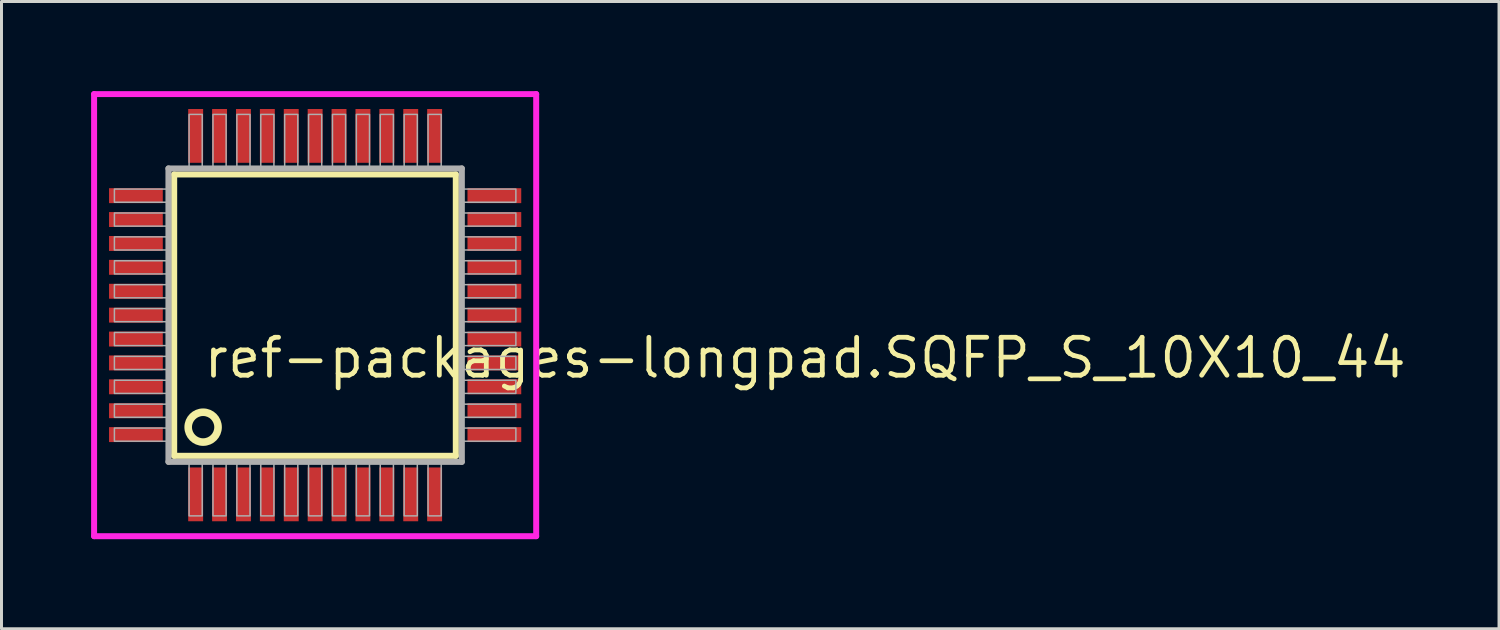
<source format=kicad_pcb>
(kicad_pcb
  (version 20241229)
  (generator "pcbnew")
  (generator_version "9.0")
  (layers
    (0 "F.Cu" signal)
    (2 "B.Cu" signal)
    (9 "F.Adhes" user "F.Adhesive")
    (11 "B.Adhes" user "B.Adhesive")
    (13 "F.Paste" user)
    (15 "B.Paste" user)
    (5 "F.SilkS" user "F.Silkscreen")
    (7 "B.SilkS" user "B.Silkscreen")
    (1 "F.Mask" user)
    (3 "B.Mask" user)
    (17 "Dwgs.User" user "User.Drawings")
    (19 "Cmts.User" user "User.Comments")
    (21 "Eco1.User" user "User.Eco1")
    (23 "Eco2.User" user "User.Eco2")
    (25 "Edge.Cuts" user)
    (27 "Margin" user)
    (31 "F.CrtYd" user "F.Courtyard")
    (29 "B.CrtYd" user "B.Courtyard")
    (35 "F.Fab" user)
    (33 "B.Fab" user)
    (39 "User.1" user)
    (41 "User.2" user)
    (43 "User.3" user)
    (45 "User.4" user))
  (footprint "ref-packages-longpad.SQFP_S_10X10_44"
    (layer "F.Cu")
    (at 7.5 7.5)
    (property "Reference" "ref-packages-longpad.SQFP_S_10X10_44" (at -3.81 2.175 0) (layer "F.SilkS") (effects (font (size 1.27 1.27) (thickness 0.16)) (justify left bottom)))
    (attr smd)
    (fp_line (start -4.72 -4.71) (end 4.71 -4.71) (stroke (width 0.203) (type default)) (layer "F.SilkS"))
    (fp_line (start -4.72 4.71) (end -4.72 -4.71) (stroke (width 0.203) (type default)) (layer "F.SilkS"))
    (fp_line (start 4.71 -4.71) (end 4.71 4.71) (stroke (width 0.203) (type default)) (layer "F.SilkS"))
    (fp_line (start 4.71 4.71) (end -4.72 4.71) (stroke (width 0.203) (type default)) (layer "F.SilkS"))
    (fp_circle (center -3.75 3.75) (end -3.25 3.75) (stroke (width 0.254) (type default)) (fill no) (layer "F.SilkS"))
    (fp_line (start -7.4 -7.4) (end 7.4 -7.4) (stroke (width 0.2) (type default)) (layer "F.CrtYd"))
    (fp_line (start -7.4 7.4) (end -7.4 -7.4) (stroke (width 0.2) (type default)) (layer "F.CrtYd"))
    (fp_line (start 7.4 -7.4) (end 7.4 7.4) (stroke (width 0.2) (type default)) (layer "F.CrtYd"))
    (fp_line (start 7.4 7.4) (end -7.4 7.4) (stroke (width 0.2) (type default)) (layer "F.CrtYd"))
    (fp_line (start -4.91 -4.91) (end -4.91 4.91) (stroke (width 0.203) (type default)) (layer "F.Fab"))
    (fp_line (start -4.91 4.91) (end 4.91 4.91) (stroke (width 0.203) (type default)) (layer "F.Fab"))
    (fp_line (start 4.91 -4.91) (end -4.91 -4.91) (stroke (width 0.203) (type default)) (layer "F.Fab"))
    (fp_line (start 4.91 4.91) (end 4.91 -4.91) (stroke (width 0.203) (type default)) (layer "F.Fab"))
    (fp_rect (start -6.72 -3.78) (end -4.95 -4.22) (stroke (width 0.05) (type default)) (fill no) (layer "F.Fab"))
    (fp_rect (start -6.72 -2.98) (end -4.95 -3.42) (stroke (width 0.05) (type default)) (fill no) (layer "F.Fab"))
    (fp_rect (start -6.72 -2.18) (end -4.95 -2.62) (stroke (width 0.05) (type default)) (fill no) (layer "F.Fab"))
    (fp_rect (start -6.72 -1.38) (end -4.95 -1.82) (stroke (width 0.05) (type default)) (fill no) (layer "F.Fab"))
    (fp_rect (start -6.72 -0.58) (end -4.95 -1.02) (stroke (width 0.05) (type default)) (fill no) (layer "F.Fab"))
    (fp_rect (start -6.72 0.22) (end -4.95 -0.22) (stroke (width 0.05) (type default)) (fill no) (layer "F.Fab"))
    (fp_rect (start -6.72 1.02) (end -4.95 0.58) (stroke (width 0.05) (type default)) (fill no) (layer "F.Fab"))
    (fp_rect (start -6.72 1.82) (end -4.95 1.38) (stroke (width 0.05) (type default)) (fill no) (layer "F.Fab"))
    (fp_rect (start -6.72 2.62) (end -4.95 2.18) (stroke (width 0.05) (type default)) (fill no) (layer "F.Fab"))
    (fp_rect (start -6.72 3.42) (end -4.95 2.98) (stroke (width 0.05) (type default)) (fill no) (layer "F.Fab"))
    (fp_rect (start -6.72 4.22) (end -4.95 3.78) (stroke (width 0.05) (type default)) (fill no) (layer "F.Fab"))
    (fp_rect (start -4.22 -4.95) (end -3.78 -6.72) (stroke (width 0.05) (type default)) (fill no) (layer "F.Fab"))
    (fp_rect (start -4.22 6.72) (end -3.78 4.95) (stroke (width 0.05) (type default)) (fill no) (layer "F.Fab"))
    (fp_rect (start -3.42 -4.95) (end -2.98 -6.72) (stroke (width 0.05) (type default)) (fill no) (layer "F.Fab"))
    (fp_rect (start -3.42 6.72) (end -2.98 4.95) (stroke (width 0.05) (type default)) (fill no) (layer "F.Fab"))
    (fp_rect (start -2.62 -4.95) (end -2.18 -6.72) (stroke (width 0.05) (type default)) (fill no) (layer "F.Fab"))
    (fp_rect (start -2.62 6.72) (end -2.18 4.95) (stroke (width 0.05) (type default)) (fill no) (layer "F.Fab"))
    (fp_rect (start -1.82 -4.95) (end -1.38 -6.72) (stroke (width 0.05) (type default)) (fill no) (layer "F.Fab"))
    (fp_rect (start -1.82 6.72) (end -1.38 4.95) (stroke (width 0.05) (type default)) (fill no) (layer "F.Fab"))
    (fp_rect (start -1.02 -4.95) (end -0.58 -6.72) (stroke (width 0.05) (type default)) (fill no) (layer "F.Fab"))
    (fp_rect (start -1.02 6.72) (end -0.58 4.95) (stroke (width 0.05) (type default)) (fill no) (layer "F.Fab"))
    (fp_rect (start -0.22 -4.95) (end 0.22 -6.72) (stroke (width 0.05) (type default)) (fill no) (layer "F.Fab"))
    (fp_rect (start -0.22 6.72) (end 0.22 4.95) (stroke (width 0.05) (type default)) (fill no) (layer "F.Fab"))
    (fp_rect (start 0.58 -4.95) (end 1.02 -6.72) (stroke (width 0.05) (type default)) (fill no) (layer "F.Fab"))
    (fp_rect (start 0.58 6.72) (end 1.02 4.95) (stroke (width 0.05) (type default)) (fill no) (layer "F.Fab"))
    (fp_rect (start 1.38 -4.95) (end 1.82 -6.72) (stroke (width 0.05) (type default)) (fill no) (layer "F.Fab"))
    (fp_rect (start 1.38 6.72) (end 1.82 4.95) (stroke (width 0.05) (type default)) (fill no) (layer "F.Fab"))
    (fp_rect (start 2.18 -4.95) (end 2.62 -6.72) (stroke (width 0.05) (type default)) (fill no) (layer "F.Fab"))
    (fp_rect (start 2.18 6.72) (end 2.62 4.95) (stroke (width 0.05) (type default)) (fill no) (layer "F.Fab"))
    (fp_rect (start 2.98 -4.95) (end 3.42 -6.72) (stroke (width 0.05) (type default)) (fill no) (layer "F.Fab"))
    (fp_rect (start 2.98 6.72) (end 3.42 4.95) (stroke (width 0.05) (type default)) (fill no) (layer "F.Fab"))
    (fp_rect (start 3.78 -4.95) (end 4.22 -6.72) (stroke (width 0.05) (type default)) (fill no) (layer "F.Fab"))
    (fp_rect (start 3.78 6.72) (end 4.22 4.95) (stroke (width 0.05) (type default)) (fill no) (layer "F.Fab"))
    (fp_rect (start 4.95 -3.78) (end 6.72 -4.22) (stroke (width 0.05) (type default)) (fill no) (layer "F.Fab"))
    (fp_rect (start 4.95 -2.98) (end 6.72 -3.42) (stroke (width 0.05) (type default)) (fill no) (layer "F.Fab"))
    (fp_rect (start 4.95 -2.18) (end 6.72 -2.62) (stroke (width 0.05) (type default)) (fill no) (layer "F.Fab"))
    (fp_rect (start 4.95 -1.38) (end 6.72 -1.82) (stroke (width 0.05) (type default)) (fill no) (layer "F.Fab"))
    (fp_rect (start 4.95 -0.58) (end 6.72 -1.02) (stroke (width 0.05) (type default)) (fill no) (layer "F.Fab"))
    (fp_rect (start 4.95 0.22) (end 6.72 -0.22) (stroke (width 0.05) (type default)) (fill no) (layer "F.Fab"))
    (fp_rect (start 4.95 1.02) (end 6.72 0.58) (stroke (width 0.05) (type default)) (fill no) (layer "F.Fab"))
    (fp_rect (start 4.95 1.82) (end 6.72 1.38) (stroke (width 0.05) (type default)) (fill no) (layer "F.Fab"))
    (fp_rect (start 4.95 2.62) (end 6.72 2.18) (stroke (width 0.05) (type default)) (fill no) (layer "F.Fab"))
    (fp_rect (start 4.95 3.42) (end 6.72 2.98) (stroke (width 0.05) (type default)) (fill no) (layer "F.Fab"))
    (fp_rect (start 4.95 4.22) (end 6.72 3.78) (stroke (width 0.05) (type default)) (fill no) (layer "F.Fab"))
    (pad "1" smd roundrect (at -4 6) (size 0.5 1.8) (layers "F.Cu" "F.Mask" "F.Paste") (roundrect_rratio 0.01))
    (pad "2" smd roundrect (at -3.2 6) (size 0.5 1.8) (layers "F.Cu" "F.Mask" "F.Paste") (roundrect_rratio 0.01))
    (pad "3" smd roundrect (at -2.4 6) (size 0.5 1.8) (layers "F.Cu" "F.Mask" "F.Paste") (roundrect_rratio 0.01))
    (pad "4" smd roundrect (at -1.6 6) (size 0.5 1.8) (layers "F.Cu" "F.Mask" "F.Paste") (roundrect_rratio 0.01))
    (pad "5" smd roundrect (at -0.8 6) (size 0.5 1.8) (layers "F.Cu" "F.Mask" "F.Paste") (roundrect_rratio 0.01))
    (pad "6" smd roundrect (at 0 6) (size 0.5 1.8) (layers "F.Cu" "F.Mask" "F.Paste") (roundrect_rratio 0.01))
    (pad "7" smd roundrect (at 0.8 6) (size 0.5 1.8) (layers "F.Cu" "F.Mask" "F.Paste") (roundrect_rratio 0.01))
    (pad "8" smd roundrect (at 1.6 6) (size 0.5 1.8) (layers "F.Cu" "F.Mask" "F.Paste") (roundrect_rratio 0.01))
    (pad "9" smd roundrect (at 2.4 6) (size 0.5 1.8) (layers "F.Cu" "F.Mask" "F.Paste") (roundrect_rratio 0.01))
    (pad "10" smd roundrect (at 3.2 6) (size 0.5 1.8) (layers "F.Cu" "F.Mask" "F.Paste") (roundrect_rratio 0.01))
    (pad "11" smd roundrect (at 4 6) (size 0.5 1.8) (layers "F.Cu" "F.Mask" "F.Paste") (roundrect_rratio 0.01))
    (pad "12" smd roundrect (at 6 4) (size 1.8 0.5) (layers "F.Cu" "F.Mask" "F.Paste") (roundrect_rratio 0.01))
    (pad "13" smd roundrect (at 6 3.2) (size 1.8 0.5) (layers "F.Cu" "F.Mask" "F.Paste") (roundrect_rratio 0.01))
    (pad "14" smd roundrect (at 6 2.4) (size 1.8 0.5) (layers "F.Cu" "F.Mask" "F.Paste") (roundrect_rratio 0.01))
    (pad "15" smd roundrect (at 6 1.6) (size 1.8 0.5) (layers "F.Cu" "F.Mask" "F.Paste") (roundrect_rratio 0.01))
    (pad "16" smd roundrect (at 6 0.8) (size 1.8 0.5) (layers "F.Cu" "F.Mask" "F.Paste") (roundrect_rratio 0.01))
    (pad "17" smd roundrect (at 6 0) (size 1.8 0.5) (layers "F.Cu" "F.Mask" "F.Paste") (roundrect_rratio 0.01))
    (pad "18" smd roundrect (at 6 -0.8) (size 1.8 0.5) (layers "F.Cu" "F.Mask" "F.Paste") (roundrect_rratio 0.01))
    (pad "19" smd roundrect (at 6 -1.6) (size 1.8 0.5) (layers "F.Cu" "F.Mask" "F.Paste") (roundrect_rratio 0.01))
    (pad "20" smd roundrect (at 6 -2.4) (size 1.8 0.5) (layers "F.Cu" "F.Mask" "F.Paste") (roundrect_rratio 0.01))
    (pad "21" smd roundrect (at 6 -3.2) (size 1.8 0.5) (layers "F.Cu" "F.Mask" "F.Paste") (roundrect_rratio 0.01))
    (pad "22" smd roundrect (at 6 -4) (size 1.8 0.5) (layers "F.Cu" "F.Mask" "F.Paste") (roundrect_rratio 0.01))
    (pad "23" smd roundrect (at 4 -6) (size 0.5 1.8) (layers "F.Cu" "F.Mask" "F.Paste") (roundrect_rratio 0.01))
    (pad "24" smd roundrect (at 3.2 -6) (size 0.5 1.8) (layers "F.Cu" "F.Mask" "F.Paste") (roundrect_rratio 0.01))
    (pad "25" smd roundrect (at 2.4 -6) (size 0.5 1.8) (layers "F.Cu" "F.Mask" "F.Paste") (roundrect_rratio 0.01))
    (pad "26" smd roundrect (at 1.6 -6) (size 0.5 1.8) (layers "F.Cu" "F.Mask" "F.Paste") (roundrect_rratio 0.01))
    (pad "27" smd roundrect (at 0.8 -6) (size 0.5 1.8) (layers "F.Cu" "F.Mask" "F.Paste") (roundrect_rratio 0.01))
    (pad "28" smd roundrect (at 0 -6) (size 0.5 1.8) (layers "F.Cu" "F.Mask" "F.Paste") (roundrect_rratio 0.01))
    (pad "29" smd roundrect (at -0.8 -6) (size 0.5 1.8) (layers "F.Cu" "F.Mask" "F.Paste") (roundrect_rratio 0.01))
    (pad "30" smd roundrect (at -1.6 -6) (size 0.5 1.8) (layers "F.Cu" "F.Mask" "F.Paste") (roundrect_rratio 0.01))
    (pad "31" smd roundrect (at -2.4 -6) (size 0.5 1.8) (layers "F.Cu" "F.Mask" "F.Paste") (roundrect_rratio 0.01))
    (pad "32" smd roundrect (at -3.2 -6) (size 0.5 1.8) (layers "F.Cu" "F.Mask" "F.Paste") (roundrect_rratio 0.01))
    (pad "33" smd roundrect (at -4 -6) (size 0.5 1.8) (layers "F.Cu" "F.Mask" "F.Paste") (roundrect_rratio 0.01))
    (pad "34" smd roundrect (at -6 -4) (size 1.8 0.5) (layers "F.Cu" "F.Mask" "F.Paste") (roundrect_rratio 0.01))
    (pad "35" smd roundrect (at -6 -3.2) (size 1.8 0.5) (layers "F.Cu" "F.Mask" "F.Paste") (roundrect_rratio 0.01))
    (pad "36" smd roundrect (at -6 -2.4) (size 1.8 0.5) (layers "F.Cu" "F.Mask" "F.Paste") (roundrect_rratio 0.01))
    (pad "37" smd roundrect (at -6 -1.6) (size 1.8 0.5) (layers "F.Cu" "F.Mask" "F.Paste") (roundrect_rratio 0.01))
    (pad "38" smd roundrect (at -6 -0.8) (size 1.8 0.5) (layers "F.Cu" "F.Mask" "F.Paste") (roundrect_rratio 0.01))
    (pad "39" smd roundrect (at -6 0) (size 1.8 0.5) (layers "F.Cu" "F.Mask" "F.Paste") (roundrect_rratio 0.01))
    (pad "40" smd roundrect (at -6 0.8) (size 1.8 0.5) (layers "F.Cu" "F.Mask" "F.Paste") (roundrect_rratio 0.01))
    (pad "41" smd roundrect (at -6 1.6) (size 1.8 0.5) (layers "F.Cu" "F.Mask" "F.Paste") (roundrect_rratio 0.01))
    (pad "42" smd roundrect (at -6 2.4) (size 1.8 0.5) (layers "F.Cu" "F.Mask" "F.Paste") (roundrect_rratio 0.01))
    (pad "43" smd roundrect (at -6 3.2) (size 1.8 0.5) (layers "F.Cu" "F.Mask" "F.Paste") (roundrect_rratio 0.01))
    (pad "44" smd roundrect (at -6 4) (size 1.8 0.5) (layers "F.Cu" "F.Mask" "F.Paste") (roundrect_rratio 0.01)))
  (gr_rect
    (start -3 -3)
    (end 47.133 18)
    (stroke (width 0.1) (type default))
    (fill no)
    (layer "Edge.Cuts")))
</source>
